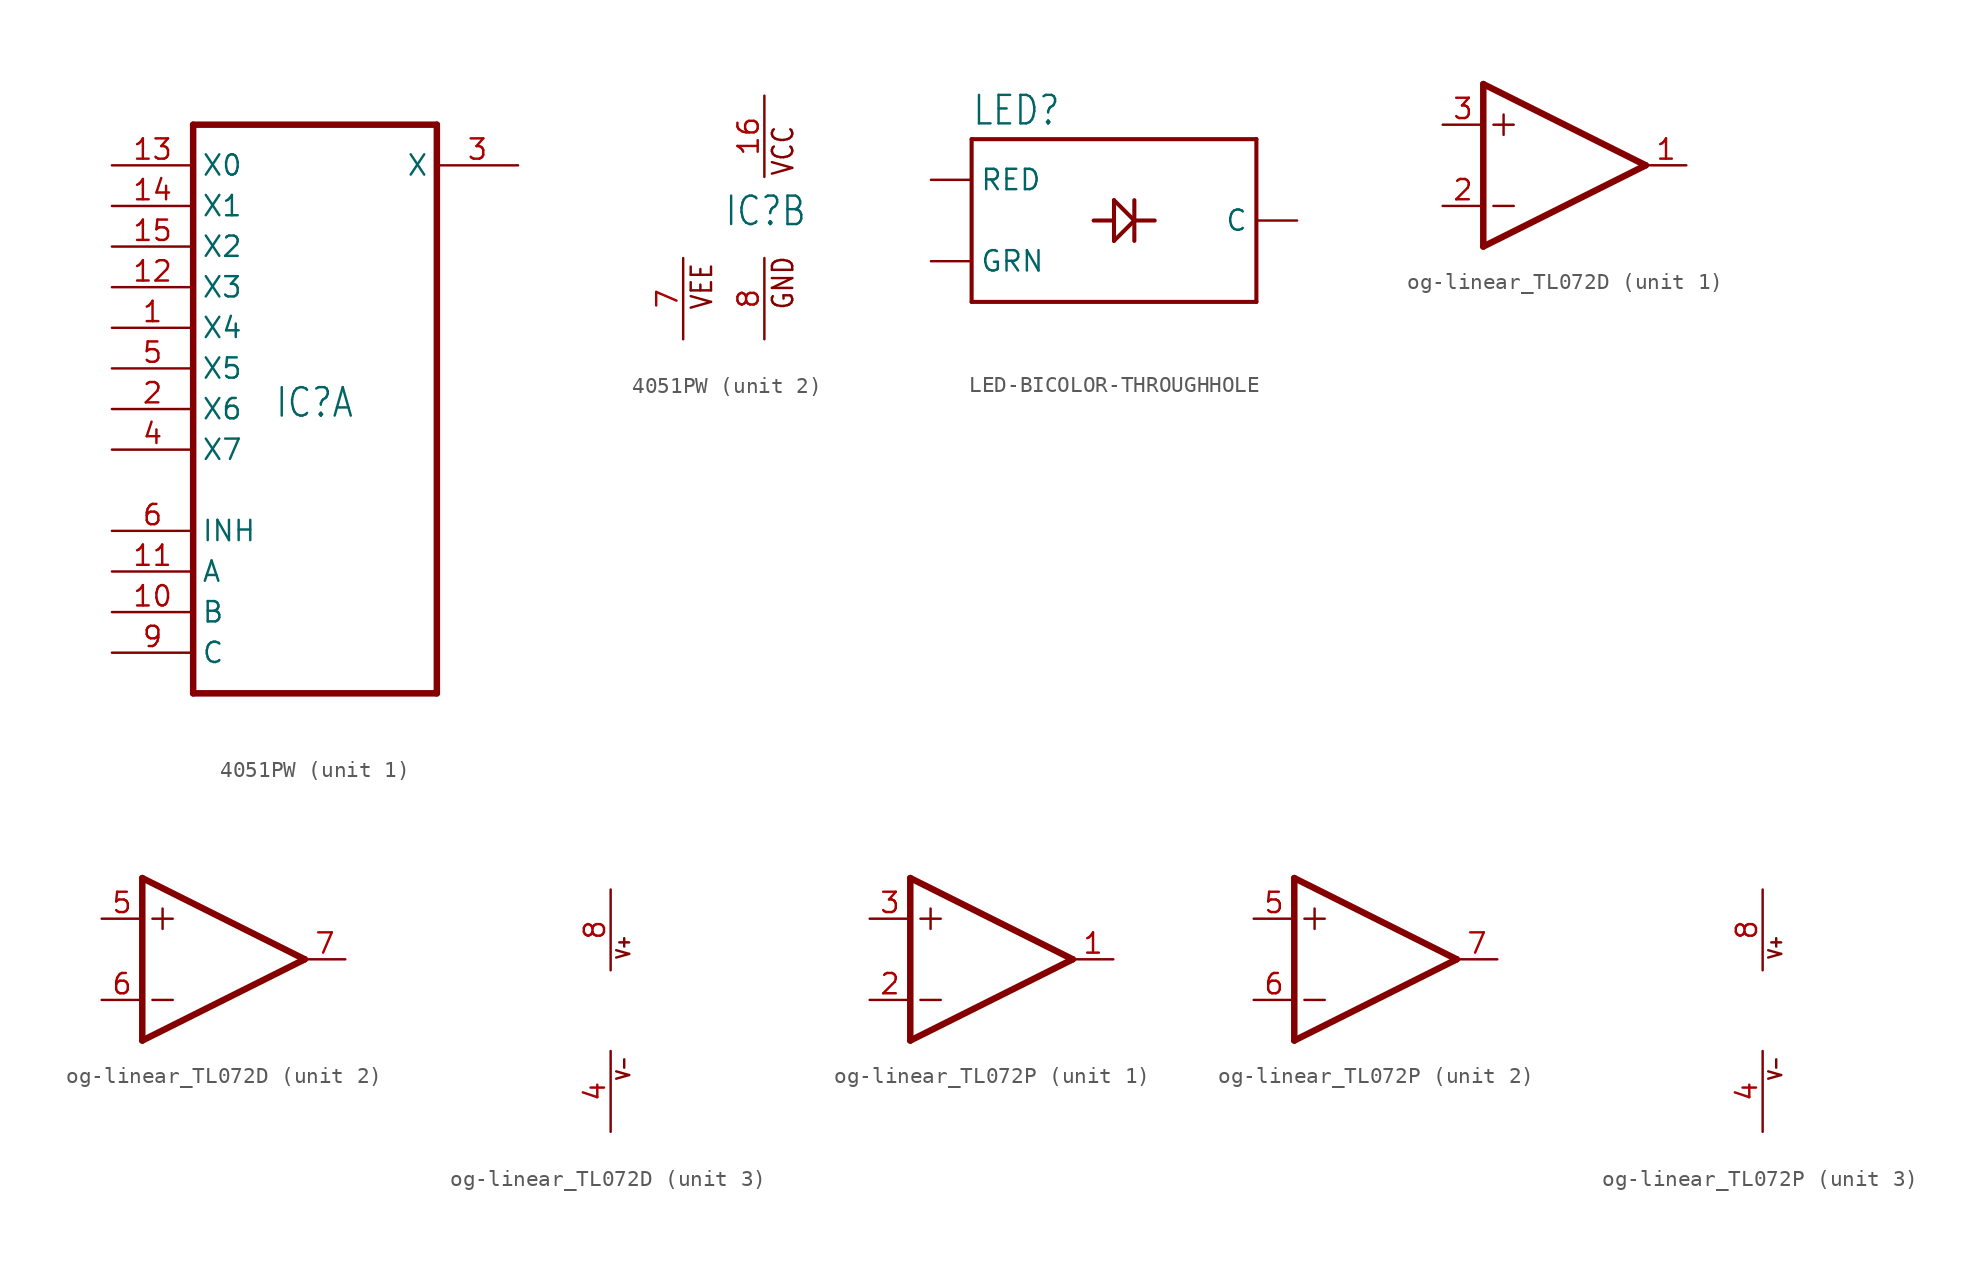
<source format=kicad_sym>
(kicad_symbol_lib
  (version 20231120)
  (generator "kicad_symbol_editor")
  (generator_version "8.0")
  (symbol "4051PW"
    (property "Reference" "IC"
      (at -2.54 -0.635 0)
      (effects (font (size 1.778 1.511)) (justify left bottom)))
    (property "ki_locked" ""
      (at 0 0 0)
      (effects (font (size 1.27 1.27))))
    (symbol "4051PW_1_0"
      (polyline (pts (xy -7.62 -17.78) (xy 7.62 -17.78)) (stroke (width 0.406) (type solid)) (fill (type none)))
      (polyline (pts (xy -7.62 17.78) (xy -7.62 -17.78)) (stroke (width 0.406) (type solid)) (fill (type none)))
      (polyline (pts (xy 7.62 -17.78) (xy 7.62 17.78)) (stroke (width 0.406) (type solid)) (fill (type none)))
      (polyline (pts (xy 7.62 17.78) (xy -7.62 17.78)) (stroke (width 0.406) (type solid)) (fill (type none)))
      (pin bidirectional line (at -12.7 5.08 0) (length 5.08) (name "X4" (effects (font (size 1.27 1.27)))) (number "1" (effects (font (size 1.27 1.27)))))
      (pin input line (at -12.7 -12.7 0) (length 5.08) (name "B" (effects (font (size 1.27 1.27)))) (number "10" (effects (font (size 1.27 1.27)))))
      (pin input line (at -12.7 -10.16 0) (length 5.08) (name "A" (effects (font (size 1.27 1.27)))) (number "11" (effects (font (size 1.27 1.27)))))
      (pin bidirectional line (at -12.7 7.62 0) (length 5.08) (name "X3" (effects (font (size 1.27 1.27)))) (number "12" (effects (font (size 1.27 1.27)))))
      (pin bidirectional line (at -12.7 15.24 0) (length 5.08) (name "X0" (effects (font (size 1.27 1.27)))) (number "13" (effects (font (size 1.27 1.27)))))
      (pin bidirectional line (at -12.7 12.7 0) (length 5.08) (name "X1" (effects (font (size 1.27 1.27)))) (number "14" (effects (font (size 1.27 1.27)))))
      (pin bidirectional line (at -12.7 10.16 0) (length 5.08) (name "X2" (effects (font (size 1.27 1.27)))) (number "15" (effects (font (size 1.27 1.27)))))
      (pin bidirectional line (at -12.7 0 0) (length 5.08) (name "X6" (effects (font (size 1.27 1.27)))) (number "2" (effects (font (size 1.27 1.27)))))
      (pin bidirectional line (at 12.7 15.24 180) (length 5.08) (name "X" (effects (font (size 1.27 1.27)))) (number "3" (effects (font (size 1.27 1.27)))))
      (pin bidirectional line (at -12.7 -2.54 0) (length 5.08) (name "X7" (effects (font (size 1.27 1.27)))) (number "4" (effects (font (size 1.27 1.27)))))
      (pin bidirectional line (at -12.7 2.54 0) (length 5.08) (name "X5" (effects (font (size 1.27 1.27)))) (number "5" (effects (font (size 1.27 1.27)))))
      (pin input line (at -12.7 -7.62 0) (length 5.08) (name "INH" (effects (font (size 1.27 1.27)))) (number "6" (effects (font (size 1.27 1.27)))))
      (pin input line (at -12.7 -15.24 0) (length 5.08) (name "C" (effects (font (size 1.27 1.27)))) (number "9" (effects (font (size 1.27 1.27))))))
    (symbol "4051PW_2_0"
      (text "GND" (at 1.905 -5.842 900) (effects (font (size 1.27 1.079)) (justify left bottom)))
      (text "VCC" (at 1.905 2.54 900) (effects (font (size 1.27 1.079)) (justify left bottom)))
      (text "VEE" (at -3.175 -5.842 900) (effects (font (size 1.27 1.079)) (justify left bottom)))
      (pin power_in line (at 0 7.62 270) (length 5.08) (name "VCC" (effects (font (size 0 0)))) (number "16" (effects (font (size 1.27 1.27)))))
      (pin power_in line (at -5.08 -7.62 90) (length 5.08) (name "VEE" (effects (font (size 0 0)))) (number "7" (effects (font (size 1.27 1.27)))))
      (pin power_in line (at 0 -7.62 90) (length 5.08) (name "GND" (effects (font (size 0 0)))) (number "8" (effects (font (size 1.27 1.27)))))))
  (symbol "LED-BICOLOR-THROUGHHOLE"
    (property "Reference" "LED"
      (at -7.62 5.842 0)
      (effects (font (size 1.778 1.511)) (justify left bottom)))
    (property "Value" ""
      (at -7.62 -7.62 0)
      (effects (font (size 1.778 1.511)) (justify left bottom)))
    (property "ki_locked" ""
      (at 0 0 0)
      (effects (font (size 1.27 1.27))))
    (symbol "LED-BICOLOR-THROUGHHOLE_1_0"
      (polyline (pts (xy -7.62 -5.08) (xy -7.62 5.08)) (stroke (width 0.254) (type solid)) (fill (type none)))
      (polyline (pts (xy -7.62 5.08) (xy 10.16 5.08)) (stroke (width 0.254) (type solid)) (fill (type none)))
      (polyline (pts (xy 1.27 -1.27) (xy 2.54 0)) (stroke (width 0.254) (type solid)) (fill (type none)))
      (polyline (pts (xy 1.27 0) (xy 0 0)) (stroke (width 0.254) (type solid)) (fill (type none)))
      (polyline (pts (xy 1.27 0) (xy 1.27 -1.27)) (stroke (width 0.254) (type solid)) (fill (type none)))
      (polyline (pts (xy 1.27 1.27) (xy 1.27 0)) (stroke (width 0.254) (type solid)) (fill (type none)))
      (polyline (pts (xy 2.54 0) (xy 1.27 1.27)) (stroke (width 0.254) (type solid)) (fill (type none)))
      (polyline (pts (xy 2.54 0) (xy 2.54 -1.27)) (stroke (width 0.254) (type solid)) (fill (type none)))
      (polyline (pts (xy 2.54 0) (xy 3.81 0)) (stroke (width 0.254) (type solid)) (fill (type none)))
      (polyline (pts (xy 2.54 1.27) (xy 2.54 0)) (stroke (width 0.254) (type solid)) (fill (type none)))
      (polyline (pts (xy 10.16 -5.08) (xy -7.62 -5.08)) (stroke (width 0.254) (type solid)) (fill (type none)))
      (polyline (pts (xy 10.16 5.08) (xy 10.16 -5.08)) (stroke (width 0.254) (type solid)) (fill (type none)))
      (pin bidirectional line (at -10.16 -2.54 0) (length 2.54) (name "GRN" (effects (font (size 1.27 1.27)))) (number "1" (effects (font (size 0 0)))))
      (pin bidirectional line (at 12.7 0 180) (length 2.54) (name "C" (effects (font (size 1.27 1.27)))) (number "2" (effects (font (size 0 0)))))
      (pin bidirectional line (at -10.16 2.54 0) (length 2.54) (name "RED" (effects (font (size 1.27 1.27)))) (number "3" (effects (font (size 0 0)))))))
  (symbol "og-linear_TL072D"
    (property "Reference" "IC"
      (at 2.54 3.175 0)
      (effects (font (size 1.778 1.511)) (justify left bottom) (hide yes)))
    (property "ki_locked" ""
      (at 0 0 0)
      (effects (font (size 1.27 1.27))))
    (symbol "og-linear_TL072D_1_0"
      (polyline (pts (xy -5.08 -5.08) (xy 5.08 0)) (stroke (width 0.406) (type solid)) (fill (type none)))
      (polyline (pts (xy -5.08 5.08) (xy -5.08 -5.08)) (stroke (width 0.406) (type solid)) (fill (type none)))
      (polyline (pts (xy -4.445 -2.54) (xy -3.175 -2.54)) (stroke (width 0.152) (type solid)) (fill (type none)))
      (polyline (pts (xy -4.445 2.54) (xy -3.175 2.54)) (stroke (width 0.152) (type solid)) (fill (type none)))
      (polyline (pts (xy -3.81 3.175) (xy -3.81 1.905)) (stroke (width 0.152) (type solid)) (fill (type none)))
      (polyline (pts (xy 5.08 0) (xy -5.08 5.08)) (stroke (width 0.406) (type solid)) (fill (type none)))
      (pin output line (at 7.62 0 180) (length 2.54) (name "OUT" (effects (font (size 0 0)))) (number "1" (effects (font (size 1.27 1.27)))))
      (pin input line (at -7.62 -2.54 0) (length 2.54) (name "-IN" (effects (font (size 0 0)))) (number "2" (effects (font (size 1.27 1.27)))))
      (pin input line (at -7.62 2.54 0) (length 2.54) (name "+IN" (effects (font (size 0 0)))) (number "3" (effects (font (size 1.27 1.27))))))
    (symbol "og-linear_TL072D_2_0"
      (polyline (pts (xy -5.08 -5.08) (xy 5.08 0)) (stroke (width 0.406) (type solid)) (fill (type none)))
      (polyline (pts (xy -5.08 5.08) (xy -5.08 -5.08)) (stroke (width 0.406) (type solid)) (fill (type none)))
      (polyline (pts (xy -4.445 -2.54) (xy -3.175 -2.54)) (stroke (width 0.152) (type solid)) (fill (type none)))
      (polyline (pts (xy -4.445 2.54) (xy -3.175 2.54)) (stroke (width 0.152) (type solid)) (fill (type none)))
      (polyline (pts (xy -3.81 3.175) (xy -3.81 1.905)) (stroke (width 0.152) (type solid)) (fill (type none)))
      (polyline (pts (xy 5.08 0) (xy -5.08 5.08)) (stroke (width 0.406) (type solid)) (fill (type none)))
      (pin input line (at -7.62 2.54 0) (length 2.54) (name "+IN" (effects (font (size 0 0)))) (number "5" (effects (font (size 1.27 1.27)))))
      (pin input line (at -7.62 -2.54 0) (length 2.54) (name "-IN" (effects (font (size 0 0)))) (number "6" (effects (font (size 1.27 1.27)))))
      (pin output line (at 7.62 0 180) (length 2.54) (name "OUT" (effects (font (size 0 0)))) (number "7" (effects (font (size 1.27 1.27))))))
    (symbol "og-linear_TL072D_3_0"
      (text "V+" (at 1.27 3.175 900) (effects (font (size 0.813 0.691)) (justify left bottom)))
      (text "V-" (at 1.27 -4.445 900) (effects (font (size 0.813 0.691)) (justify left bottom)))
      (pin power_in line (at 0 -7.62 90) (length 5.08) (name "V-" (effects (font (size 0 0)))) (number "4" (effects (font (size 1.27 1.27)))))
      (pin power_in line (at 0 7.62 270) (length 5.08) (name "V+" (effects (font (size 0 0)))) (number "8" (effects (font (size 1.27 1.27)))))))
  (symbol "og-linear_TL072P"
    (property "Reference" "IC"
      (at 2.54 3.175 0)
      (effects (font (size 1.778 1.511)) (justify left bottom) (hide yes)))
    (property "ki_locked" ""
      (at 0 0 0)
      (effects (font (size 1.27 1.27))))
    (symbol "og-linear_TL072P_1_0"
      (polyline (pts (xy -5.08 -5.08) (xy 5.08 0)) (stroke (width 0.406) (type solid)) (fill (type none)))
      (polyline (pts (xy -5.08 5.08) (xy -5.08 -5.08)) (stroke (width 0.406) (type solid)) (fill (type none)))
      (polyline (pts (xy -4.445 -2.54) (xy -3.175 -2.54)) (stroke (width 0.152) (type solid)) (fill (type none)))
      (polyline (pts (xy -4.445 2.54) (xy -3.175 2.54)) (stroke (width 0.152) (type solid)) (fill (type none)))
      (polyline (pts (xy -3.81 3.175) (xy -3.81 1.905)) (stroke (width 0.152) (type solid)) (fill (type none)))
      (polyline (pts (xy 5.08 0) (xy -5.08 5.08)) (stroke (width 0.406) (type solid)) (fill (type none)))
      (pin output line (at 7.62 0 180) (length 2.54) (name "OUT" (effects (font (size 0 0)))) (number "1" (effects (font (size 1.27 1.27)))))
      (pin input line (at -7.62 -2.54 0) (length 2.54) (name "-IN" (effects (font (size 0 0)))) (number "2" (effects (font (size 1.27 1.27)))))
      (pin input line (at -7.62 2.54 0) (length 2.54) (name "+IN" (effects (font (size 0 0)))) (number "3" (effects (font (size 1.27 1.27))))))
    (symbol "og-linear_TL072P_2_0"
      (polyline (pts (xy -5.08 -5.08) (xy 5.08 0)) (stroke (width 0.406) (type solid)) (fill (type none)))
      (polyline (pts (xy -5.08 5.08) (xy -5.08 -5.08)) (stroke (width 0.406) (type solid)) (fill (type none)))
      (polyline (pts (xy -4.445 -2.54) (xy -3.175 -2.54)) (stroke (width 0.152) (type solid)) (fill (type none)))
      (polyline (pts (xy -4.445 2.54) (xy -3.175 2.54)) (stroke (width 0.152) (type solid)) (fill (type none)))
      (polyline (pts (xy -3.81 3.175) (xy -3.81 1.905)) (stroke (width 0.152) (type solid)) (fill (type none)))
      (polyline (pts (xy 5.08 0) (xy -5.08 5.08)) (stroke (width 0.406) (type solid)) (fill (type none)))
      (pin input line (at -7.62 2.54 0) (length 2.54) (name "+IN" (effects (font (size 0 0)))) (number "5" (effects (font (size 1.27 1.27)))))
      (pin input line (at -7.62 -2.54 0) (length 2.54) (name "-IN" (effects (font (size 0 0)))) (number "6" (effects (font (size 1.27 1.27)))))
      (pin output line (at 7.62 0 180) (length 2.54) (name "OUT" (effects (font (size 0 0)))) (number "7" (effects (font (size 1.27 1.27))))))
    (symbol "og-linear_TL072P_3_0"
      (text "V+" (at 1.27 3.175 900) (effects (font (size 0.813 0.691)) (justify left bottom)))
      (text "V-" (at 1.27 -4.445 900) (effects (font (size 0.813 0.691)) (justify left bottom)))
      (pin power_in line (at 0 -7.62 90) (length 5.08) (name "V-" (effects (font (size 0 0)))) (number "4" (effects (font (size 1.27 1.27)))))
      (pin power_in line (at 0 7.62 270) (length 5.08) (name "V+" (effects (font (size 0 0)))) (number "8" (effects (font (size 1.27 1.27))))))))
</source>
